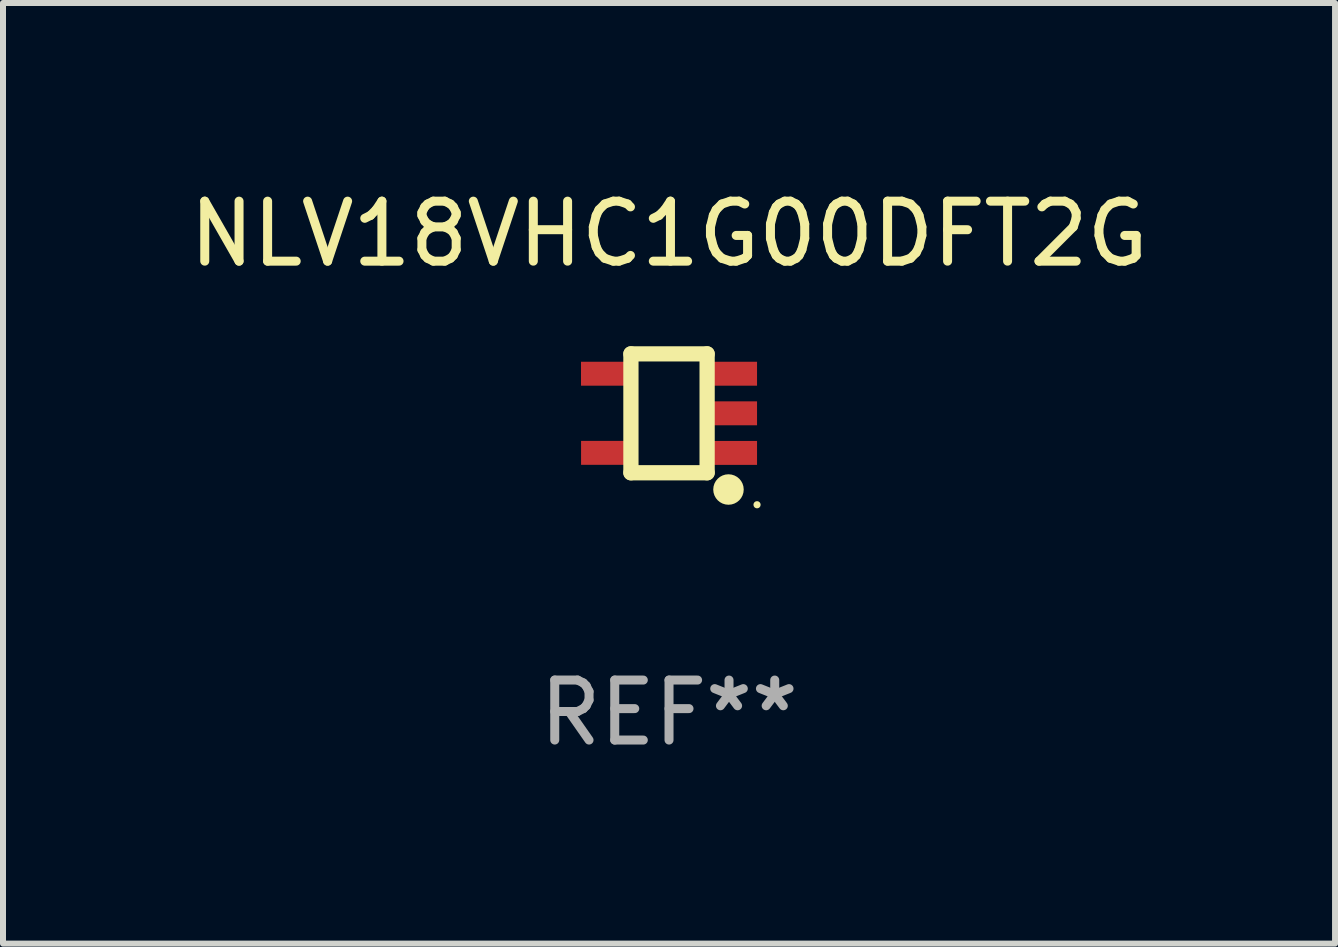
<source format=kicad_pcb>
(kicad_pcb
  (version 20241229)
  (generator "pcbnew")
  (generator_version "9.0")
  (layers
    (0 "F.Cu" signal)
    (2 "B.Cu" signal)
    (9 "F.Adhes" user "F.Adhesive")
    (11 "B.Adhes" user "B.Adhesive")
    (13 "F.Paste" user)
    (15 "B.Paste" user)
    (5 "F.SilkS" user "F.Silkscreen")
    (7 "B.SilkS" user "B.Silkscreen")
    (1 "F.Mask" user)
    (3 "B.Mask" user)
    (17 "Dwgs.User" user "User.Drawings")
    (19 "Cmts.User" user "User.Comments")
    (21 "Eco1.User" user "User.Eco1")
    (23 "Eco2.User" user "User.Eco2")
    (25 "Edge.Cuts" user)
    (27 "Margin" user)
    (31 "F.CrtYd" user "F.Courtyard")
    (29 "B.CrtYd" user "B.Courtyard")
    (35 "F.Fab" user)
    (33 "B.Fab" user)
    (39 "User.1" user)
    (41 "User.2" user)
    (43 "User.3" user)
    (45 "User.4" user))
  (footprint "NLV18VHC1G00DFT2G"
    (layer "F.Cu")
    (at 8.101 3.839)
    (property "Reference" "NLV18VHC1G00DFT2G" (at 0 -2.991 0) (layer "F.SilkS") (effects (font (size 1 1) (thickness 0.15))))
    (attr through_hole)
    (fp_line (start -0.635 -0.991) (end 0.635 -0.991) (stroke (width 0.254) (type solid)) (layer "F.SilkS"))
    (fp_line (start -0.635 0.991) (end -0.635 -0.991) (stroke (width 0.254) (type solid)) (layer "F.SilkS"))
    (fp_line (start 0.635 -0.991) (end 0.635 0.991) (stroke (width 0.254) (type solid)) (layer "F.SilkS"))
    (fp_line (start 0.635 0.991) (end -0.635 0.991) (stroke (width 0.254) (type solid)) (layer "F.SilkS"))
    (fp_circle (center 0.991 1.27) (end 1.118 1.27) (stroke (width 0.254) (type solid)) (fill no) (layer "F.SilkS"))
    (fp_circle (center 1.467 1.524) (end 1.497 1.524) (stroke (width 0.06) (type solid)) (fill no) (layer "F.SilkS"))
    (fp_text user "REF**" (at 0 4.991 0) (layer "F.Fab") (effects (font (size 1 1) (thickness 0.15))))
    (pad "1" smd rect (at 1.067 0.66 180) (size 0.8 0.399) (layers "F.Cu" "F.Mask" "F.Paste"))
    (pad "2" smd rect (at 1.067 0 180) (size 0.8 0.399) (layers "F.Cu" "F.Mask" "F.Paste"))
    (pad "3" smd rect (at 1.067 -0.66 180) (size 0.8 0.399) (layers "F.Cu" "F.Mask" "F.Paste"))
    (pad "4" smd rect (at -1.067 -0.66 180) (size 0.8 0.399) (layers "F.Cu" "F.Mask" "F.Paste"))
    (pad "5" smd rect (at -1.066 0.659 180) (size 0.8 0.399) (layers "F.Cu" "F.Mask" "F.Paste")))
  (gr_rect
    (start -3 -3)
    (end 19.202 12.678)
    (stroke (width 0.1) (type default))
    (fill no)
    (layer "Edge.Cuts")))
</source>
